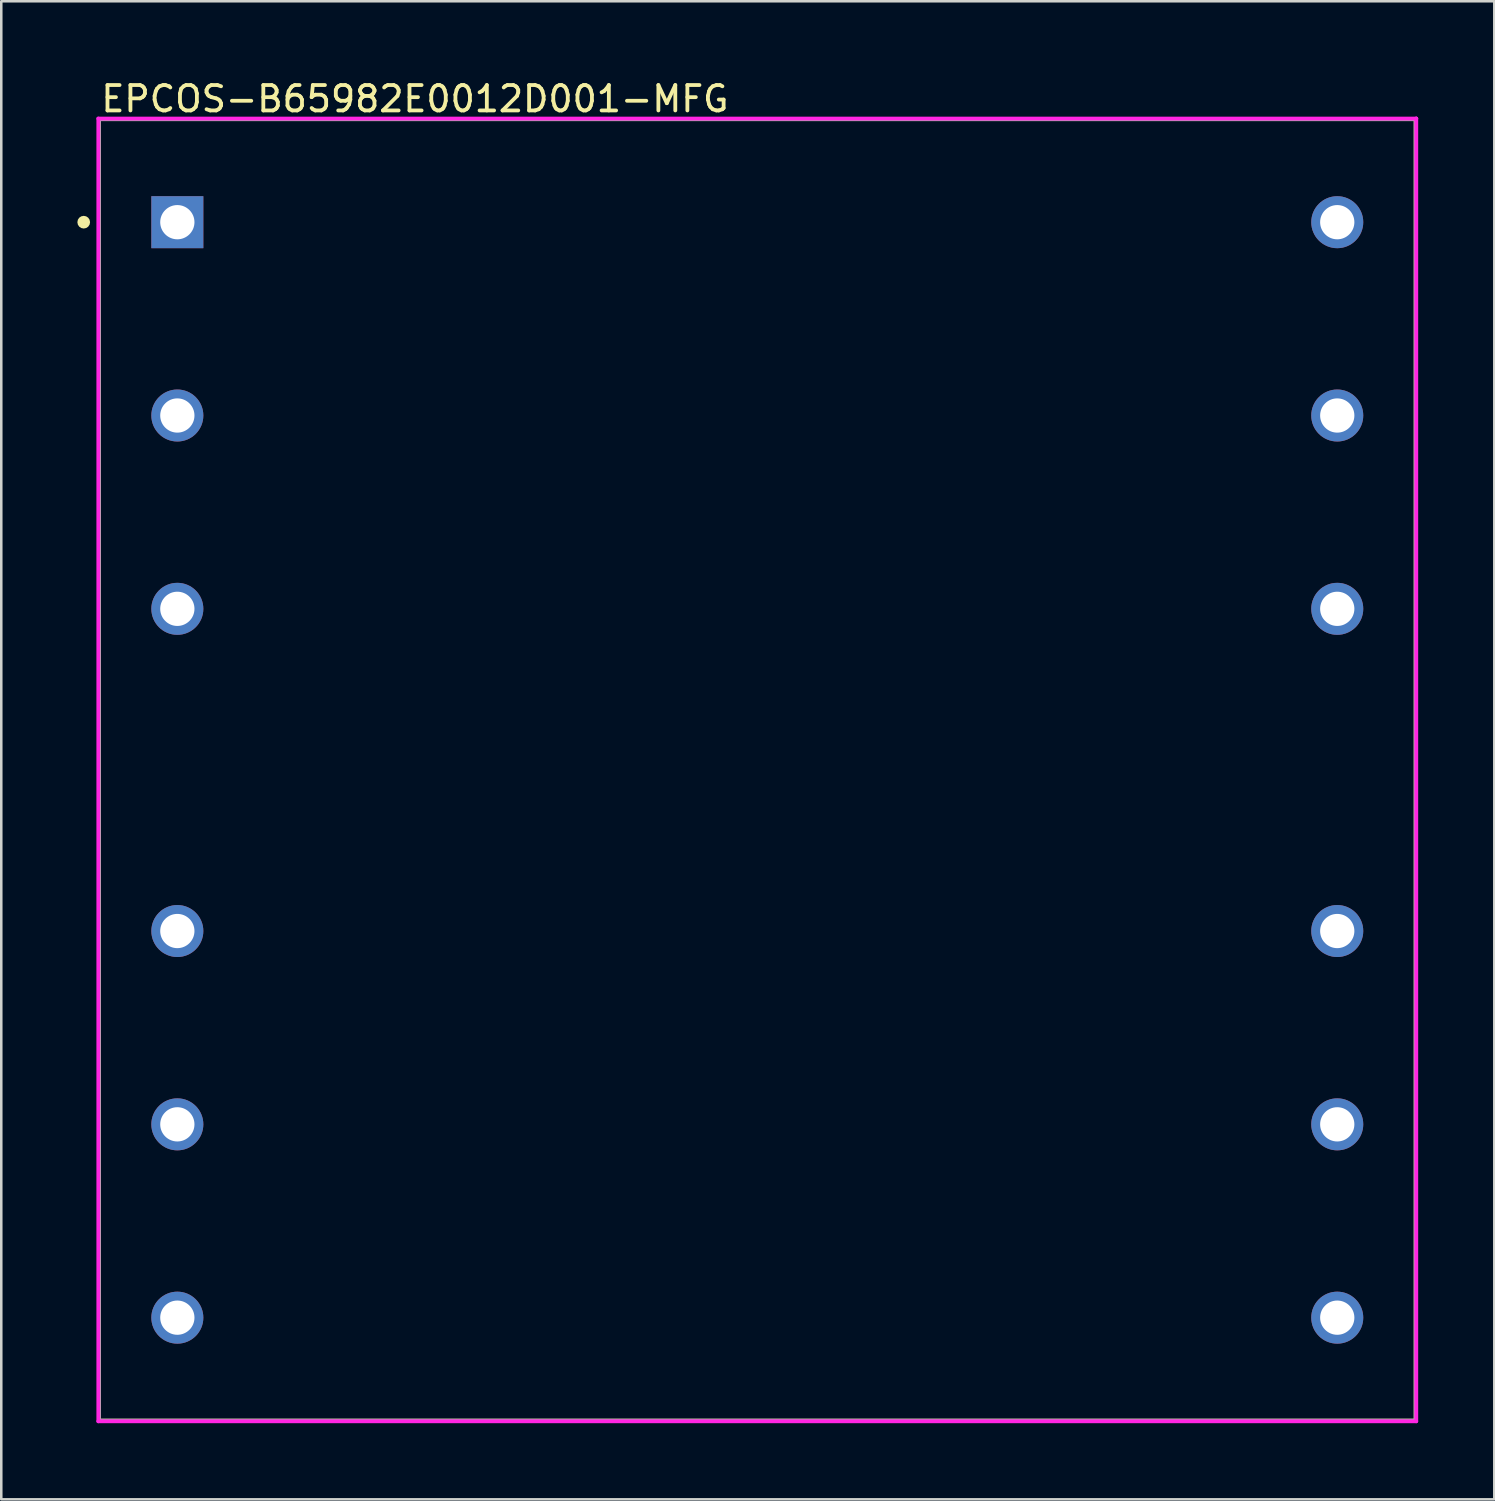
<source format=kicad_pcb>
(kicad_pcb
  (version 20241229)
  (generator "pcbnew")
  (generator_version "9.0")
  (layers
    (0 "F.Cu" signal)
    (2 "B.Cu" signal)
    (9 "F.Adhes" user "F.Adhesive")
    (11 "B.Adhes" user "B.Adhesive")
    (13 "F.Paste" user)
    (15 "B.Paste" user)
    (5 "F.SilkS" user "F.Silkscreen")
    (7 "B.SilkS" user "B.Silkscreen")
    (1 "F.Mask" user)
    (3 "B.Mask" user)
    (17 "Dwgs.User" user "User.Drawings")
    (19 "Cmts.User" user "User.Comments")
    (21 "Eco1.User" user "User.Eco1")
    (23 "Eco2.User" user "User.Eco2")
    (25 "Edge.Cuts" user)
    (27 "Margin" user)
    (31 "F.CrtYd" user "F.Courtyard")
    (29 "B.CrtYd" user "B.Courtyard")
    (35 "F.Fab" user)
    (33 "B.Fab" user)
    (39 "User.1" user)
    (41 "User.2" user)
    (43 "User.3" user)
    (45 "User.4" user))
  (footprint "EPCOS-B65982E0012D001-MFG"
    (layer "F.Cu")
    (at 26.8 27.298)
    (property "Reference" "EPCOS-B65982E0012D001-MFG" (at -25.95 -26.45 0) (layer "F.SilkS") (effects (font (size 1 1) (thickness 0.15)) (justify left)))
    (attr through_hole)
    (fp_line (start -25.95 -25.65) (end 25.95 -25.65) (stroke (width 0.15) (type solid)) (layer "F.SilkS"))
    (fp_line (start -25.95 25.65) (end -25.95 -25.65) (stroke (width 0.15) (type solid)) (layer "F.SilkS"))
    (fp_line (start -25.95 25.65) (end 25.95 25.65) (stroke (width 0.15) (type solid)) (layer "F.SilkS"))
    (fp_line (start 25.95 25.65) (end 25.95 -25.65) (stroke (width 0.15) (type solid)) (layer "F.SilkS"))
    (fp_circle (center -26.55 -21.59) (end -26.425 -21.59) (stroke (width 0.25) (type solid)) (fill no) (layer "F.SilkS"))
    (fp_line (start -25.975 -25.675) (end -25.975 25.675) (stroke (width 0.15) (type solid)) (layer "F.CrtYd"))
    (fp_line (start -25.975 25.675) (end 25.975 25.675) (stroke (width 0.15) (type solid)) (layer "F.CrtYd"))
    (fp_line (start 25.975 -25.675) (end -25.975 -25.675) (stroke (width 0.15) (type solid)) (layer "F.CrtYd"))
    (fp_line (start 25.975 -25.675) (end 25.975 -25.675) (stroke (width 0.15) (type solid)) (layer "F.CrtYd"))
    (fp_line (start 25.975 25.675) (end 25.975 -25.675) (stroke (width 0.15) (type solid)) (layer "F.CrtYd"))
    (fp_line (start -25.95 -25.65) (end 25.95 -25.65) (stroke (width 0.15) (type solid)) (layer "F.Fab"))
    (fp_line (start -25.95 25.65) (end -25.95 -25.65) (stroke (width 0.15) (type solid)) (layer "F.Fab"))
    (fp_line (start 25.95 -25.65) (end 25.95 25.65) (stroke (width 0.15) (type solid)) (layer "F.Fab"))
    (fp_line (start 25.95 25.65) (end -25.95 25.65) (stroke (width 0.15) (type solid)) (layer "F.Fab"))
    (pad "" thru_hole circle (at -22.86 -13.97) (size 2.05 2.05) (drill 1.35) (layers "*.Cu"))
    (pad "" thru_hole circle (at -22.86 13.97) (size 2.05 2.05) (drill 1.35) (layers "*.Cu"))
    (pad "" thru_hole circle (at 22.86 -13.97) (size 2.05 2.05) (drill 1.35) (layers "*.Cu"))
    (pad "" thru_hole circle (at 22.86 13.97) (size 2.05 2.05) (drill 1.35) (layers "*.Cu"))
    (pad "1" thru_hole rect (at -22.86 -21.59) (size 2.05 2.05) (drill 1.35) (layers "*.Cu"))
    (pad "2" thru_hole circle (at -22.86 -6.35) (size 2.05 2.05) (drill 1.35) (layers "*.Cu"))
    (pad "3" thru_hole circle (at -22.86 6.35) (size 2.05 2.05) (drill 1.35) (layers "*.Cu"))
    (pad "4" thru_hole circle (at -22.86 21.59) (size 2.05 2.05) (drill 1.35) (layers "*.Cu"))
    (pad "5" thru_hole circle (at 22.86 21.59) (size 2.05 2.05) (drill 1.35) (layers "*.Cu"))
    (pad "6" thru_hole circle (at 22.86 6.35) (size 2.05 2.05) (drill 1.35) (layers "*.Cu"))
    (pad "7" thru_hole circle (at 22.86 -6.35) (size 2.05 2.05) (drill 1.35) (layers "*.Cu"))
    (pad "8" thru_hole circle (at 22.86 -21.59) (size 2.05 2.05) (drill 1.35) (layers "*.Cu")))
  (gr_rect
    (start -3 -3)
    (end 55.85 56.048)
    (stroke (width 0.1) (type default))
    (fill no)
    (layer "Edge.Cuts")))
</source>
